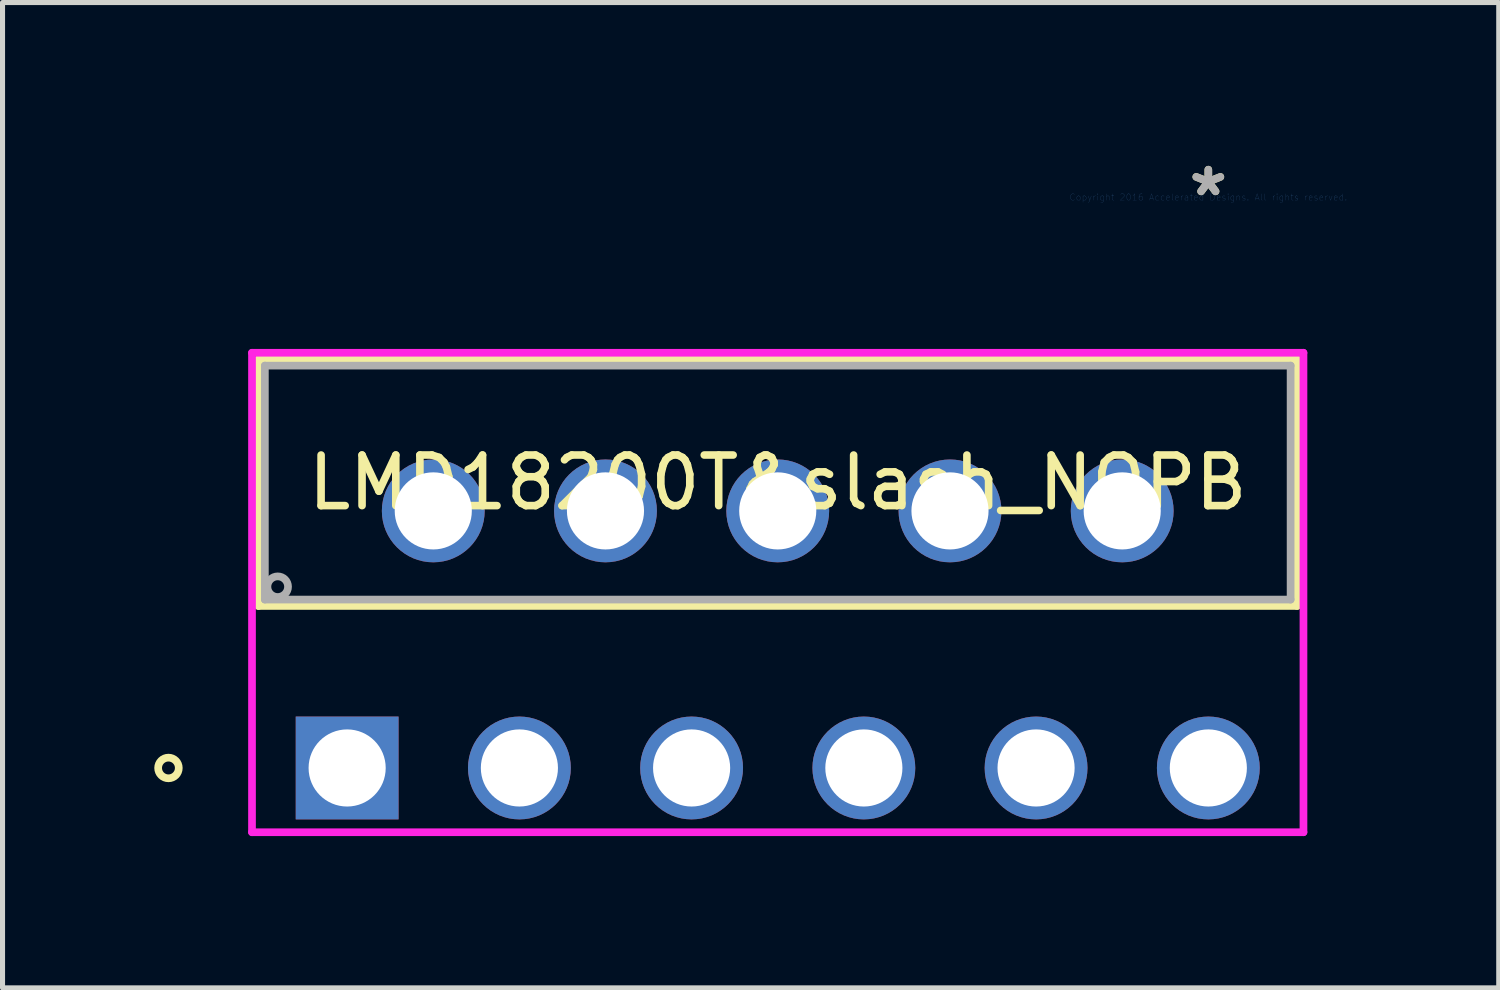
<source format=kicad_pcb>
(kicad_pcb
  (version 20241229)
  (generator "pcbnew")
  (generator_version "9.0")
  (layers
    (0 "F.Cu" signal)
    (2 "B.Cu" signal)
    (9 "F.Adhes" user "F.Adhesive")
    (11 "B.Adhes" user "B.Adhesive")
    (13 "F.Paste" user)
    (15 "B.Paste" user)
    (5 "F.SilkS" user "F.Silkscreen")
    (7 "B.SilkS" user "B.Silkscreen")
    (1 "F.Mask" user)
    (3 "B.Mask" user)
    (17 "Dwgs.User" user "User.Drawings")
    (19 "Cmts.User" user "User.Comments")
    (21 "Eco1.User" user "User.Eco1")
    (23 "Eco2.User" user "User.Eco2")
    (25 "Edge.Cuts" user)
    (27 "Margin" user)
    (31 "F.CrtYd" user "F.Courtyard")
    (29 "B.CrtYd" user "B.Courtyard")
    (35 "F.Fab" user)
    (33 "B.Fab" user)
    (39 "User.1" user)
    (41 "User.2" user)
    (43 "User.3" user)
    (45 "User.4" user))
  (footprint "LMD18200T&slash_NOPB"
    (layer "F.Cu")
    (at 20.828 0.848)
    (property "Reference" "LMD18200T&slash_NOPB" (at -8.509 5.639 0) (layer "F.SilkS") (effects (font (size 1 1) (thickness 0.15))))
    (attr through_hole)
    (fp_line (start -18.771 3.2) (end -18.771 8.077) (stroke (width 0.152) (type solid)) (layer "F.SilkS"))
    (fp_line (start -18.771 8.077) (end 1.753 8.077) (stroke (width 0.152) (type solid)) (layer "F.SilkS"))
    (fp_line (start 1.753 3.2) (end -18.771 3.2) (stroke (width 0.152) (type solid)) (layer "F.SilkS"))
    (fp_line (start 1.753 8.077) (end 1.753 3.2) (stroke (width 0.152) (type solid)) (layer "F.SilkS"))
    (fp_circle (center -20.549 11.278) (end -20.345 11.278) (stroke (width 0.152) (type solid)) (fill no) (layer "F.SilkS"))
    (fp_line (start -18.898 3.073) (end -18.898 12.548) (stroke (width 0.152) (type solid)) (layer "F.CrtYd"))
    (fp_line (start -18.898 12.548) (end 1.88 12.548) (stroke (width 0.152) (type solid)) (layer "F.CrtYd"))
    (fp_line (start 1.88 3.073) (end -18.898 3.073) (stroke (width 0.152) (type solid)) (layer "F.CrtYd"))
    (fp_line (start 1.88 12.548) (end 1.88 3.073) (stroke (width 0.152) (type solid)) (layer "F.CrtYd"))
    (fp_line (start -18.644 3.327) (end -18.644 7.95) (stroke (width 0.152) (type solid)) (layer "F.Fab"))
    (fp_line (start -18.644 7.95) (end 1.626 7.95) (stroke (width 0.152) (type solid)) (layer "F.Fab"))
    (fp_line (start 1.626 3.327) (end -18.644 3.327) (stroke (width 0.152) (type solid)) (layer "F.Fab"))
    (fp_line (start 1.626 7.95) (end 1.626 3.327) (stroke (width 0.152) (type solid)) (layer "F.Fab"))
    (fp_circle (center -18.39 7.696) (end -18.186 7.696) (stroke (width 0.152) (type solid)) (fill no) (layer "F.Fab"))
    (fp_text user "*" (at 0 0 0) (layer "F.SilkS") (effects (font (size 1 1) (thickness 0.15))))
    (fp_text user "Copyright 2016 Accelerated Designs. All rights reserved." (at 0 0 0) (layer "Cmts.User") (effects (font (size 0.127 0.127) (thickness 0.002))))
    (fp_text user "*" (at 0 0 0) (layer "F.Fab") (effects (font (size 1 1) (thickness 0.15))))
    (pad "1" thru_hole rect (at -17.018 11.278) (size 2.032 2.032) (drill 1.524) (layers "*.Cu" "*.Mask"))
    (pad "2" thru_hole circle (at -15.316 6.198) (size 2.032 2.032) (drill 1.524) (layers "*.Cu" "*.Mask"))
    (pad "3" thru_hole circle (at -13.614 11.278) (size 2.032 2.032) (drill 1.524) (layers "*.Cu" "*.Mask"))
    (pad "4" thru_hole circle (at -11.913 6.198) (size 2.032 2.032) (drill 1.524) (layers "*.Cu" "*.Mask"))
    (pad "5" thru_hole circle (at -10.211 11.278) (size 2.032 2.032) (drill 1.524) (layers "*.Cu" "*.Mask"))
    (pad "6" thru_hole circle (at -8.509 6.198) (size 2.032 2.032) (drill 1.524) (layers "*.Cu" "*.Mask"))
    (pad "7" thru_hole circle (at -6.807 11.278) (size 2.032 2.032) (drill 1.524) (layers "*.Cu" "*.Mask"))
    (pad "8" thru_hole circle (at -5.105 6.198) (size 2.032 2.032) (drill 1.524) (layers "*.Cu" "*.Mask"))
    (pad "9" thru_hole circle (at -3.404 11.278) (size 2.032 2.032) (drill 1.524) (layers "*.Cu" "*.Mask"))
    (pad "10" thru_hole circle (at -1.702 6.198) (size 2.032 2.032) (drill 1.524) (layers "*.Cu" "*.Mask"))
    (pad "11" thru_hole circle (at 0 11.278) (size 2.032 2.032) (drill 1.524) (layers "*.Cu" "*.Mask")))
  (gr_rect
    (start -3 -3)
    (end 26.567 16.472)
    (stroke (width 0.1) (type default))
    (fill no)
    (layer "Edge.Cuts")))
</source>
